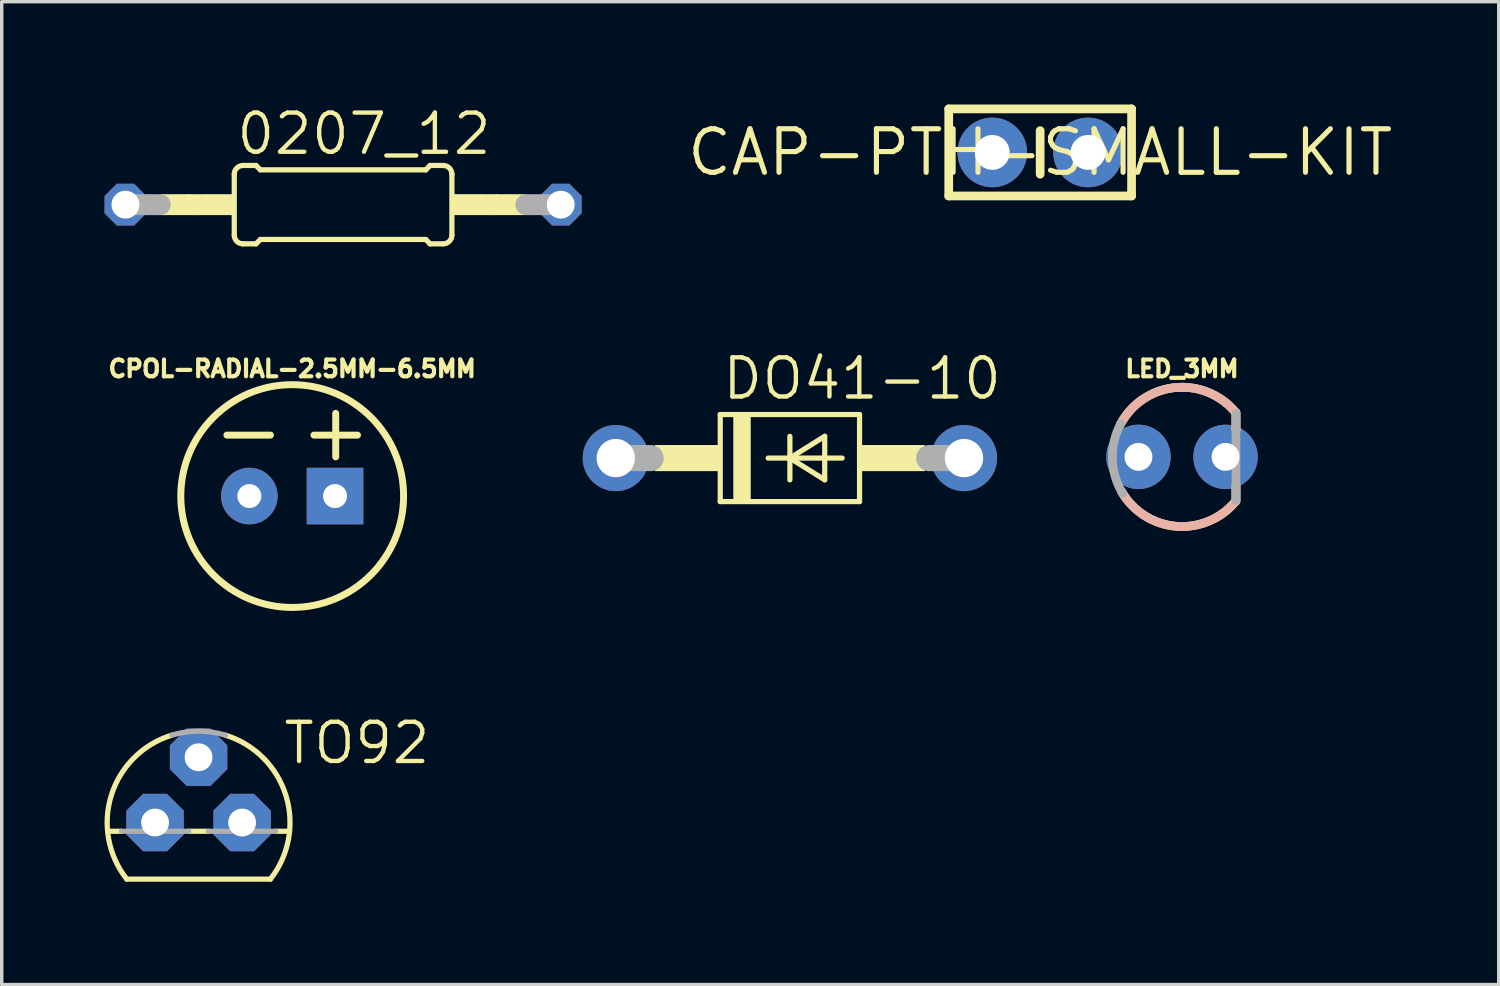
<source format=kicad_pcb>
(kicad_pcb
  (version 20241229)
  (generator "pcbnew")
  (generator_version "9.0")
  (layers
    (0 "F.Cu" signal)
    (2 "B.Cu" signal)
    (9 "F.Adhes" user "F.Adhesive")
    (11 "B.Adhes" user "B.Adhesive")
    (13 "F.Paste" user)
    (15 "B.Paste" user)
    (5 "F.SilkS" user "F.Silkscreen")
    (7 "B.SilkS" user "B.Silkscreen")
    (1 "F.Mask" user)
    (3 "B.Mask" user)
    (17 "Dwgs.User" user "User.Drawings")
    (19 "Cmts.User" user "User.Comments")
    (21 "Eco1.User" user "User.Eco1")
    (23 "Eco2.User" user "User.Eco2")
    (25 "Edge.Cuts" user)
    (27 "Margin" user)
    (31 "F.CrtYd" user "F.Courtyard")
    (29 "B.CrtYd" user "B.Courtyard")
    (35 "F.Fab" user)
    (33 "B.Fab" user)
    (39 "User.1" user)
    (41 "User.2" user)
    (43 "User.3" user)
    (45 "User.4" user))
  (footprint "DO41-10"
    (layer "F.Cu")
    (at 19.996 10.315)
    (property "Reference" "DO41-10" (at -2.032 -1.651 0) (layer "F.SilkS") (effects (font (size 1.143 1.143) (thickness 0.127)) (justify left bottom)))
    (fp_line (start -2.032 -1.27) (end -2.032 1.27) (stroke (width 0.152) (type solid)) (layer "F.SilkS"))
    (fp_line (start -2.032 -1.27) (end 2.032 -1.27) (stroke (width 0.152) (type solid)) (layer "F.SilkS"))
    (fp_line (start -0.635 0) (end 0 0) (stroke (width 0.152) (type solid)) (layer "F.SilkS"))
    (fp_line (start 0 -0.635) (end 0 0) (stroke (width 0.152) (type solid)) (layer "F.SilkS"))
    (fp_line (start 0 0) (end 0 0.635) (stroke (width 0.152) (type solid)) (layer "F.SilkS"))
    (fp_line (start 0 0) (end 1.016 -0.635) (stroke (width 0.152) (type solid)) (layer "F.SilkS"))
    (fp_line (start 0 0) (end 1.524 0) (stroke (width 0.152) (type solid)) (layer "F.SilkS"))
    (fp_line (start 1.016 -0.635) (end 1.016 0.635) (stroke (width 0.152) (type solid)) (layer "F.SilkS"))
    (fp_line (start 1.016 0.635) (end 0 0) (stroke (width 0.152) (type solid)) (layer "F.SilkS"))
    (fp_line (start 2.032 1.27) (end -2.032 1.27) (stroke (width 0.152) (type solid)) (layer "F.SilkS"))
    (fp_line (start 2.032 1.27) (end 2.032 -1.27) (stroke (width 0.152) (type solid)) (layer "F.SilkS"))
    (fp_poly (pts (xy -3.937 0.381) (xy -2.032 0.381) (xy -2.032 -0.381) (xy -3.937 -0.381)) (stroke (width 0) (type default)) (fill yes) (layer "F.SilkS"))
    (fp_poly (pts (xy -1.651 1.27) (xy -1.143 1.27) (xy -1.143 -1.27) (xy -1.651 -1.27)) (stroke (width 0) (type default)) (fill yes) (layer "F.SilkS"))
    (fp_poly (pts (xy 2.032 0.381) (xy 3.937 0.381) (xy 3.937 -0.381) (xy 2.032 -0.381)) (stroke (width 0) (type default)) (fill yes) (layer "F.SilkS"))
    (fp_line (start -5.08 0) (end -4.064 0) (stroke (width 0.762) (type solid)) (layer "F.Fab"))
    (fp_line (start 5.08 0) (end 4.064 0) (stroke (width 0.762) (type solid)) (layer "F.Fab"))
    (pad "A" thru_hole circle (at 5.08 0) (size 1.93 1.93) (drill 1.118) (layers "*.Cu" "*.Mask"))
    (pad "C" thru_hole circle (at -5.08 0) (size 1.93 1.93) (drill 1.118) (layers "*.Cu" "*.Mask")))
  (footprint "CPOL-RADIAL-2.5MM-6.5MM"
    (layer "F.Cu")
    (at 5.475 11.423)
    (property "Reference" "CPOL-RADIAL-2.5MM-6.5MM" (at 0 -3.429 0) (layer "F.SilkS") (effects (font (size 0.488 0.488) (thickness 0.122)) (justify bottom)))
    (fp_line (start -0.635 -1.778) (end -1.905 -1.778) (stroke (width 0.203) (type solid)) (layer "F.SilkS"))
    (fp_line (start 1.27 -2.413) (end 1.27 -1.143) (stroke (width 0.203) (type solid)) (layer "F.SilkS"))
    (fp_line (start 1.905 -1.778) (end 0.635 -1.778) (stroke (width 0.203) (type solid)) (layer "F.SilkS"))
    (fp_circle (center 0 0) (end 3.25 0) (stroke (width 0.203) (type solid)) (fill no) (layer "F.SilkS"))
    (pad "1" thru_hole rect (at 1.25 0) (size 1.651 1.651) (drill 0.7) (layers "*.Cu" "*.Mask"))
    (pad "2" thru_hole circle (at -1.25 0) (size 1.651 1.651) (drill 0.7) (layers "*.Cu" "*.Mask")))
  (footprint "0207_12"
    (layer "F.Cu")
    (at 6.96 2.921)
    (property "Reference" "0207_12" (at -3.175 -1.397 0) (layer "F.SilkS") (effects (font (size 1.143 1.143) (thickness 0.127)) (justify left bottom)))
    (fp_line (start -4.445 0) (end -4.064 0) (stroke (width 0.61) (type solid)) (layer "F.SilkS"))
    (fp_line (start -3.175 0.889) (end -3.175 -0.889) (stroke (width 0.152) (type solid)) (layer "F.SilkS"))
    (fp_line (start -2.921 -1.143) (end -2.54 -1.143) (stroke (width 0.152) (type solid)) (layer "F.SilkS"))
    (fp_line (start -2.921 1.143) (end -2.54 1.143) (stroke (width 0.152) (type solid)) (layer "F.SilkS"))
    (fp_line (start -2.413 -1.016) (end -2.54 -1.143) (stroke (width 0.152) (type solid)) (layer "F.SilkS"))
    (fp_line (start -2.413 1.016) (end -2.54 1.143) (stroke (width 0.152) (type solid)) (layer "F.SilkS"))
    (fp_line (start 2.413 -1.016) (end -2.413 -1.016) (stroke (width 0.152) (type solid)) (layer "F.SilkS"))
    (fp_line (start 2.413 -1.016) (end 2.54 -1.143) (stroke (width 0.152) (type solid)) (layer "F.SilkS"))
    (fp_line (start 2.413 1.016) (end -2.413 1.016) (stroke (width 0.152) (type solid)) (layer "F.SilkS"))
    (fp_line (start 2.413 1.016) (end 2.54 1.143) (stroke (width 0.152) (type solid)) (layer "F.SilkS"))
    (fp_line (start 2.921 -1.143) (end 2.54 -1.143) (stroke (width 0.152) (type solid)) (layer "F.SilkS"))
    (fp_line (start 2.921 1.143) (end 2.54 1.143) (stroke (width 0.152) (type solid)) (layer "F.SilkS"))
    (fp_line (start 3.175 0.889) (end 3.175 -0.889) (stroke (width 0.152) (type solid)) (layer "F.SilkS"))
    (fp_line (start 4.445 0) (end 4.064 0) (stroke (width 0.61) (type solid)) (layer "F.SilkS"))
    (fp_arc (start -3.175 -0.889) (mid -3.100605 -1.068605) (end -2.921 -1.143) (stroke (width 0.1524) (type solid)) (layer "F.SilkS"))
    (fp_arc (start -2.921 1.143) (mid -3.100605 1.068605) (end -3.175 0.889) (stroke (width 0.1524) (type solid)) (layer "F.SilkS"))
    (fp_arc (start 2.921 -1.143) (mid 3.100605 -1.068605) (end 3.175 -0.889) (stroke (width 0.1524) (type solid)) (layer "F.SilkS"))
    (fp_arc (start 3.175 0.889) (mid 3.100605 1.068605) (end 2.921 1.143) (stroke (width 0.1524) (type solid)) (layer "F.SilkS"))
    (fp_poly (pts (xy -5.309 0.305) (xy -4.445 0.305) (xy -4.445 -0.305) (xy -5.309 -0.305)) (stroke (width 0) (type default)) (fill yes) (layer "F.SilkS"))
    (fp_poly (pts (xy -4.039 0.305) (xy -3.175 0.305) (xy -3.175 -0.305) (xy -4.039 -0.305)) (stroke (width 0) (type default)) (fill yes) (layer "F.SilkS"))
    (fp_poly (pts (xy 3.175 0.305) (xy 4.039 0.305) (xy 4.039 -0.305) (xy 3.175 -0.305)) (stroke (width 0) (type default)) (fill yes) (layer "F.SilkS"))
    (fp_poly (pts (xy 4.445 0.305) (xy 5.309 0.305) (xy 5.309 -0.305) (xy 4.445 -0.305)) (stroke (width 0) (type default)) (fill yes) (layer "F.SilkS"))
    (fp_line (start -6.35 0) (end -5.334 0) (stroke (width 0.61) (type solid)) (layer "F.Fab"))
    (fp_line (start 6.35 0) (end 5.334 0) (stroke (width 0.61) (type solid)) (layer "F.Fab"))
    (pad "1" thru_hole roundrect (at -6.35 0) (size 1.219 1.219) (drill 0.813) (layers "*.Cu" "*.Mask") (roundrect_rratio 0.25) (chamfer_ratio 0.293) (chamfer top_left top_right bottom_left bottom_right))
    (pad "2" thru_hole roundrect (at 6.35 0) (size 1.219 1.219) (drill 0.813) (layers "*.Cu" "*.Mask") (roundrect_rratio 0.25) (chamfer_ratio 0.293) (chamfer top_left top_right bottom_left bottom_right)))
  (footprint "LED_3MM"
    (layer "F.Cu")
    (at 31.436 10.28)
    (property "Reference" "LED_3MM" (at 0 -2.286 0) (layer "F.SilkS") (effects (font (size 0.488 0.488) (thickness 0.122)) (justify bottom)))
    (fp_line (start 1.575 -1.295) (end 1.575 -0.787) (stroke (width 0.254) (type solid)) (layer "F.SilkS"))
    (fp_line (start 1.575 1.295) (end 1.575 0.838) (stroke (width 0.254) (type solid)) (layer "F.SilkS"))
    (fp_arc (start -1.7929 -0.9562) (mid -1.045438 -1.7424) (end 0 -2.032) (stroke (width 0.254) (type solid)) (layer "F.SilkS"))
    (fp_arc (start 0 -2.032) (mid 0.861864 -1.840173) (end 1.561 -1.3009) (stroke (width 0.254) (type solid)) (layer "F.SilkS"))
    (fp_arc (start 0 2.032) (mid -1.019924 1.757525) (end -1.7643 1.0082) (stroke (width 0.254) (type solid)) (layer "F.SilkS"))
    (fp_arc (start 1.5512 1.3126) (mid 0.854953 1.843405) (end 0 2.032) (stroke (width 0.254) (type solid)) (layer "F.SilkS"))
    (fp_line (start 1.575 -1.295) (end 1.575 -0.787) (stroke (width 0.254) (type solid)) (layer "B.SilkS"))
    (fp_line (start 1.575 1.295) (end 1.575 0.838) (stroke (width 0.254) (type solid)) (layer "B.SilkS"))
    (fp_arc (start -1.7929 -0.9562) (mid -1.045438 -1.7424) (end 0 -2.032) (stroke (width 0.254) (type solid)) (layer "B.SilkS"))
    (fp_arc (start 0 -2.032) (mid 0.861864 -1.840173) (end 1.561 -1.3009) (stroke (width 0.254) (type solid)) (layer "B.SilkS"))
    (fp_arc (start 0 2.032) (mid -1.019924 1.757525) (end -1.7643 1.0082) (stroke (width 0.254) (type solid)) (layer "B.SilkS"))
    (fp_arc (start 1.5512 1.3126) (mid 0.854953 1.843405) (end 0 2.032) (stroke (width 0.254) (type solid)) (layer "B.SilkS"))
    (fp_line (start 1.575 1.27) (end 1.575 -1.27) (stroke (width 0.254) (type solid)) (layer "F.Fab"))
    (fp_arc (start -2.032 0) (mid -1.970339 -0.496775) (end -1.7891 -0.9634) (stroke (width 0.254) (type solid)) (layer "F.Fab"))
    (fp_arc (start -1.7306 1.065) (mid -1.95521 0.553417) (end -2.032 0) (stroke (width 0.254) (type solid)) (layer "F.Fab"))
    (pad "A" thru_hole circle (at -1.27 0) (size 1.88 1.88) (drill 0.813) (layers "*.Cu" "*.Mask"))
    (pad "K" thru_hole circle (at 1.27 0) (size 1.88 1.88) (drill 0.813) (layers "*.Cu" "*.Mask")))
  (footprint "CAP-PTH-SMALL-KIT"
    (layer "F.Cu")
    (at 27.298 1.397)
    (property "Reference" "CAP-PTH-SMALL-KIT" (at 0 0 0) (layer "F.SilkS") (effects (font (size 1.27 1.27) (thickness 0.15))))
    (fp_poly (pts (xy -1.245 -0.488) (xy -1.103 -0.413) (xy -0.988 -0.294) (xy -0.898 0.001) (xy -0.924 0.161) (xy -0.997 0.3) (xy -1.109 0.41) (xy -1.25 0.481) (xy -1.395 0.502) (xy -1.405 0.44) (xy -1.413 0.502) (xy -1.558 0.483) (xy -1.698 0.415) (xy -1.815 0.304) (xy -1.914 0.022) (xy -1.892 -0.144) (xy -1.822 -0.291) (xy -1.706 -0.413) (xy -1.426 -0.512) (xy -1.405 -0.452) (xy -1.394 -0.515)) (stroke (width 0) (type default)) (fill yes) (layer "F.Mask"))
    (fp_poly (pts (xy 1.554 -0.488) (xy 1.696 -0.413) (xy 1.811 -0.294) (xy 1.897 -0.013) (xy 1.836 0.005) (xy 1.899 0.016) (xy 1.875 0.161) (xy 1.802 0.3) (xy 1.69 0.41) (xy 1.549 0.481) (xy 1.404 0.502) (xy 1.395 0.44) (xy 1.386 0.502) (xy 1.241 0.483) (xy 1.101 0.415) (xy 0.984 0.304) (xy 0.885 0.022) (xy 0.907 -0.144) (xy 0.977 -0.291) (xy 1.093 -0.413) (xy 1.373 -0.512) (xy 1.394 -0.452) (xy 1.405 -0.515)) (stroke (width 0) (type default)) (fill yes) (layer "F.Mask"))
    (fp_poly (pts (xy 1.596 -0.999) (xy 1.788 -0.937) (xy 1.964 -0.84) (xy 2.118 -0.71) (xy 2.243 -0.552) (xy 2.336 -0.373) (xy 2.391 -0.179) (xy 2.408 0.015) (xy 2.345 0.02) (xy 2.408 0.027) (xy 2.387 0.216) (xy 2.328 0.403) (xy 2.234 0.575) (xy 2.107 0.726) (xy 1.954 0.849) (xy 1.78 0.939) (xy 1.592 0.994) (xy 1.403 1.011) (xy 1.397 0.948) (xy 1.392 1.011) (xy 1.201 0.995) (xy 1.012 0.94) (xy 0.837 0.849) (xy 0.682 0.726) (xy 0.555 0.575) (xy 0.459 0.4) (xy 0.378 0.022) (xy 0.396 -0.182) (xy 0.452 -0.376) (xy 0.545 -0.554) (xy 0.671 -0.712) (xy 0.825 -0.841) (xy 1.004 -0.94) (xy 1.391 -1.022)) (stroke (width 0) (type default)) (fill yes) (layer "B.Mask"))
    (fp_poly (pts (xy -1.203 -0.999) (xy -1.011 -0.937) (xy -0.835 -0.84) (xy -0.681 -0.71) (xy -0.556 -0.552) (xy -0.463 -0.373) (xy -0.408 -0.179) (xy -0.391 0.015) (xy -0.455 0.02) (xy -0.391 0.027) (xy -0.412 0.216) (xy -0.471 0.403) (xy -0.566 0.575) (xy -0.692 0.726) (xy -0.845 0.849) (xy -1.019 0.939) (xy -1.207 0.994) (xy -1.397 1.011) (xy -1.402 0.948) (xy -1.407 1.011) (xy -1.598 0.995) (xy -1.787 0.94) (xy -1.962 0.849) (xy -2.117 0.726) (xy -2.244 0.575) (xy -2.341 0.4) (xy -2.419 0.031) (xy -2.357 0.018) (xy -2.42 0.012) (xy -2.403 -0.182) (xy -2.347 -0.376) (xy -2.254 -0.554) (xy -2.128 -0.712) (xy -1.974 -0.841) (xy -1.795 -0.94) (xy -1.408 -1.022)) (stroke (width 0) (type default)) (fill yes) (layer "B.Mask"))
    (fp_line (start -2.667 -1.27) (end 2.667 -1.27) (stroke (width 0.254) (type solid)) (layer "F.SilkS"))
    (fp_line (start -2.667 1.27) (end -2.667 -1.27) (stroke (width 0.254) (type solid)) (layer "F.SilkS"))
    (fp_line (start 0 -0.635) (end 0 0.635) (stroke (width 0.254) (type solid)) (layer "F.SilkS"))
    (fp_line (start 2.667 -1.27) (end 2.667 1.27) (stroke (width 0.254) (type solid)) (layer "F.SilkS"))
    (fp_line (start 2.667 1.27) (end -2.667 1.27) (stroke (width 0.254) (type solid)) (layer "F.SilkS"))
    (pad "1" thru_hole circle (at -1.397 0) (size 2.032 2.032) (drill 1.016) (layers "*.Cu"))
    (pad "2" thru_hole circle (at 1.397 0) (size 2.032 2.032) (drill 1.016) (layers "*.Cu")))
  (footprint "TO92"
    (layer "F.Cu")
    (at 2.744 20.949)
    (property "Reference" "TO92" (at 2.413 -1.651 0) (layer "F.SilkS") (effects (font (size 1.143 1.143) (thickness 0.127)) (justify left bottom)))
    (fp_line (start -2.655 0.254) (end -2.254 0.254) (stroke (width 0.152) (type solid)) (layer "F.SilkS"))
    (fp_line (start -2.095 1.651) (end 2.095 1.651) (stroke (width 0.152) (type solid)) (layer "F.SilkS"))
    (fp_line (start -0.286 0.254) (end 0.286 0.254) (stroke (width 0.152) (type solid)) (layer "F.SilkS"))
    (fp_line (start 2.254 0.254) (end 2.655 0.254) (stroke (width 0.152) (type solid)) (layer "F.SilkS"))
    (fp_arc (start -2.095 1.651) (mid -2.546798 -0.793169) (end -0.786898 -2.5484) (stroke (width 0.1524) (type solid)) (layer "F.SilkS"))
    (fp_arc (start 0.7869 -2.5484) (mid 2.546798 -0.793168) (end 2.094999 1.651001) (stroke (width 0.1524) (type solid)) (layer "F.SilkS"))
    (fp_line (start -2.254 0.254) (end -0.286 0.254) (stroke (width 0.152) (type solid)) (layer "F.Fab"))
    (fp_line (start 0.286 0.254) (end 2.254 0.254) (stroke (width 0.152) (type solid)) (layer "F.Fab"))
    (fp_arc (start -0.7864 -2.5484) (mid 0 -2.666977) (end 0.7864 -2.5484) (stroke (width 0.1524) (type solid)) (layer "F.Fab"))
    (pad "1" thru_hole roundrect (at -1.27 0) (size 1.676 1.676) (drill 0.813) (layers "*.Cu" "*.Mask") (roundrect_rratio 0.25) (chamfer_ratio 0.293) (chamfer top_left top_right bottom_left bottom_right))
    (pad "2" thru_hole roundrect (at 0 -1.905) (size 1.676 1.676) (drill 0.813) (layers "*.Cu" "*.Mask") (roundrect_rratio 0.25) (chamfer_ratio 0.293) (chamfer top_left top_right bottom_left bottom_right))
    (pad "3" thru_hole roundrect (at 1.27 0) (size 1.676 1.676) (drill 0.813) (layers "*.Cu" "*.Mask") (roundrect_rratio 0.25) (chamfer_ratio 0.293) (chamfer top_left top_right bottom_left bottom_right)))
  (gr_rect
    (start -3 -3)
    (end 40.677 25.676)
    (stroke (width 0.1) (type default))
    (fill no)
    (layer "Edge.Cuts")))
</source>
